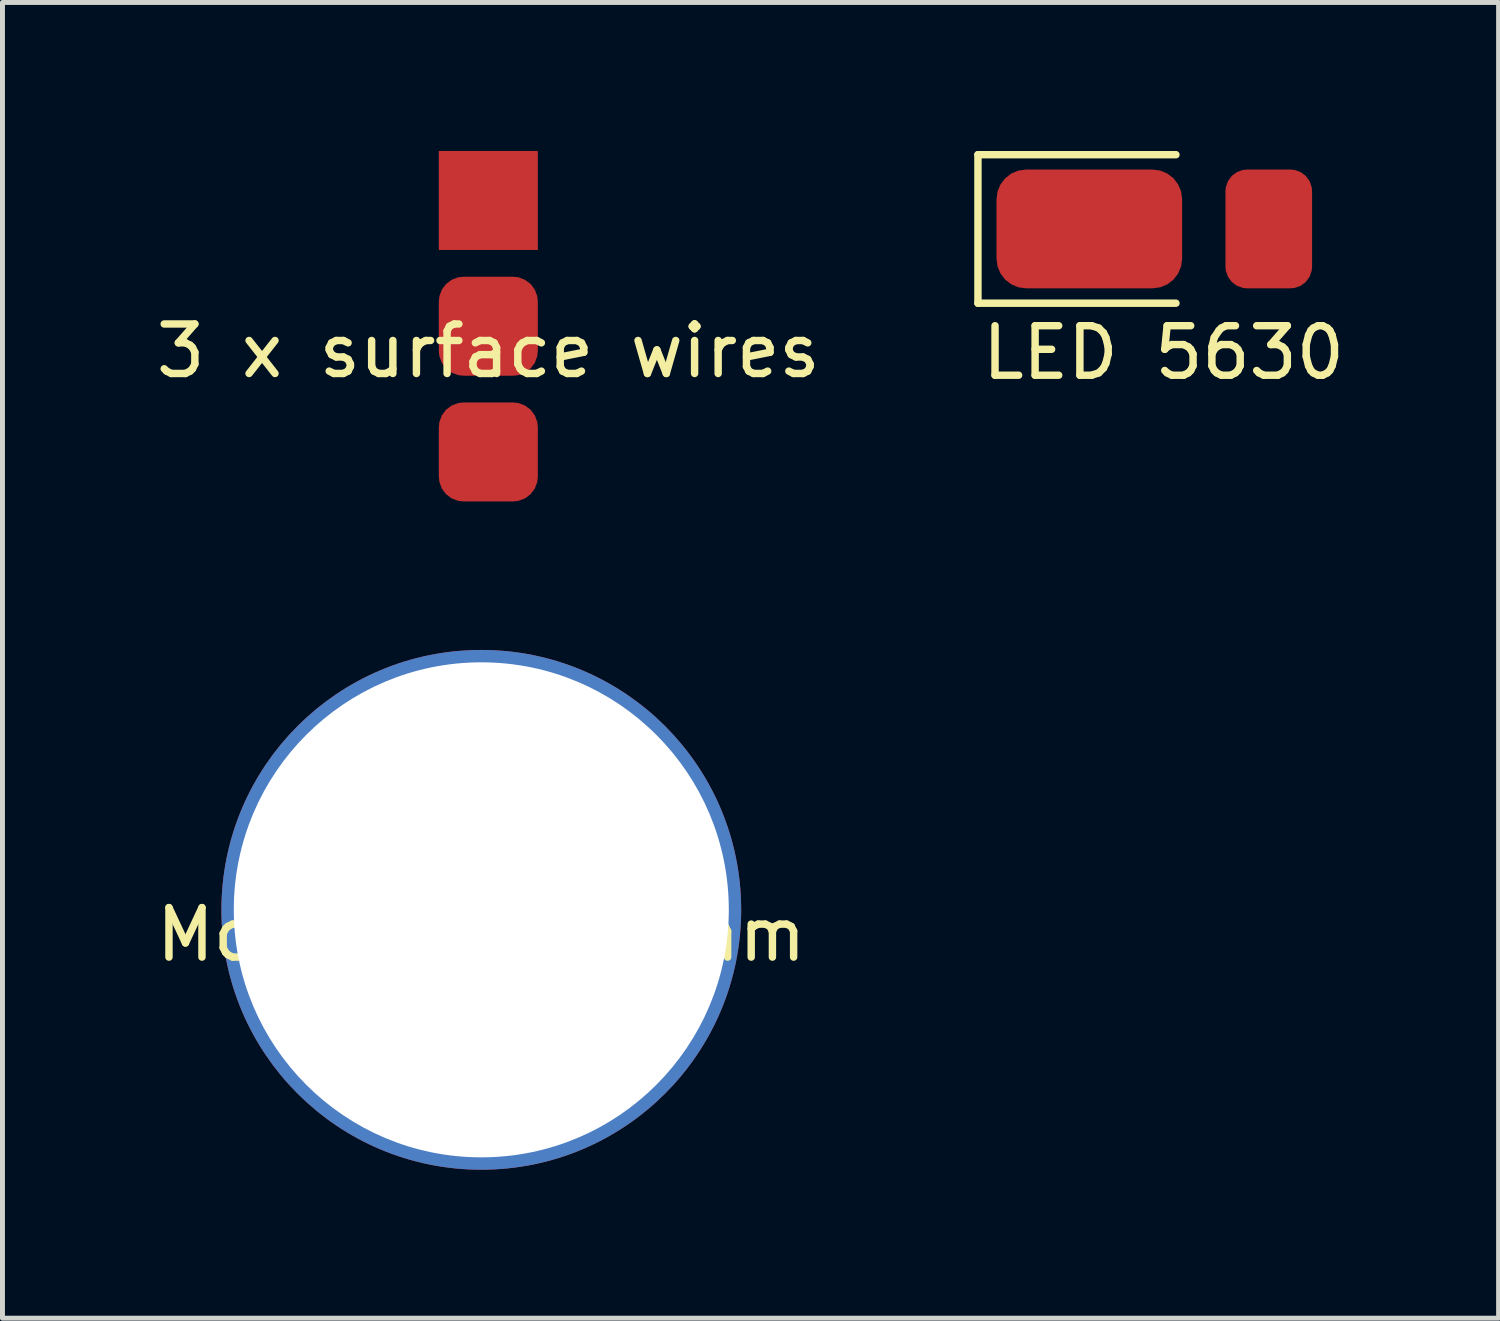
<source format=kicad_pcb>
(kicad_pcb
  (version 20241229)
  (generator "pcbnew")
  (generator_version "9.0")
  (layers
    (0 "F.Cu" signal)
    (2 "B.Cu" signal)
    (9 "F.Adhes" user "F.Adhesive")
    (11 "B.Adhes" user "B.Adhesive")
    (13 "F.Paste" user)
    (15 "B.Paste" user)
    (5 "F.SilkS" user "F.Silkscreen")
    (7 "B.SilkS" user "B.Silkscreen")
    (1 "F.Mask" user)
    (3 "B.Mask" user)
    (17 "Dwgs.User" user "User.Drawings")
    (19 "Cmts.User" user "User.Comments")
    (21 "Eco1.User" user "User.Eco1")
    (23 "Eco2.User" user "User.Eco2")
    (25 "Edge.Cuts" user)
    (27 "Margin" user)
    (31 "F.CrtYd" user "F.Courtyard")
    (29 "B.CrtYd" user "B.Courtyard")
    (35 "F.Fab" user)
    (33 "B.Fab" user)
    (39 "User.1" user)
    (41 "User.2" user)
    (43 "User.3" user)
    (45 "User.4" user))
  (footprint "3 x surface wires"
    (layer "F.Cu")
    (at 6.815 3.54)
    (property "Reference" "3 x surface wires" (at 0 0.5 0) (layer "F.SilkS") (effects (font (size 1 1) (thickness 0.15))))
    (attr through_hole)
    (pad "1" smd rect (at 0 -2.54) (size 2 2) (layers "F.Cu" "F.Mask" "F.Paste"))
    (pad "2" smd roundrect (at 0 0) (size 2 2) (layers "F.Cu" "F.Mask" "F.Paste") (roundrect_rratio 0.25))
    (pad "3" smd roundrect (at 0 2.54) (size 2 2) (layers "F.Cu" "F.Mask" "F.Paste") (roundrect_rratio 0.25)))
  (footprint "LED 5630"
    (layer "F.Cu")
    (at 20.456 1.575)
    (property "Reference" "LED 5630" (at 0 2.5 0) (layer "F.SilkS") (effects (font (size 1 1) (thickness 0.15))))
    (attr through_hole)
    (fp_line (start -3.75 -1.5) (end -3.75 1.5) (stroke (width 0.15) (type solid)) (layer "F.SilkS"))
    (fp_line (start -3.75 1.5) (end 0.25 1.5) (stroke (width 0.15) (type solid)) (layer "F.SilkS"))
    (fp_line (start 0.25 -1.5) (end -3.75 -1.5) (stroke (width 0.15) (type solid)) (layer "F.SilkS"))
    (pad "1" smd roundrect (at -1.5 0) (size 3.75 2.4) (layers "F.Cu" "F.Mask" "F.Paste") (roundrect_rratio 0.25))
    (pad "2" smd roundrect (at 2.125 0) (size 1.75 2.4) (layers "F.Cu" "F.Mask" "F.Paste") (roundrect_rratio 0.25)))
  (footprint "MountHole_10mm"
    (layer "F.Cu")
    (at 6.673 15.33)
    (property "Reference" "MountHole_10mm" (at 0 0.5 0) (layer "F.SilkS") (effects (font (size 1 1) (thickness 0.15))))
    (attr through_hole)
    (pad "1" thru_hole circle (at 0 0) (size 10.5 10.5) (drill 10) (layers "*.Cu" "*.Mask")))
  (gr_rect
    (start -3 -3)
    (end 27.224 23.58)
    (stroke (width 0.1) (type default))
    (fill no)
    (layer "Edge.Cuts")))
</source>
